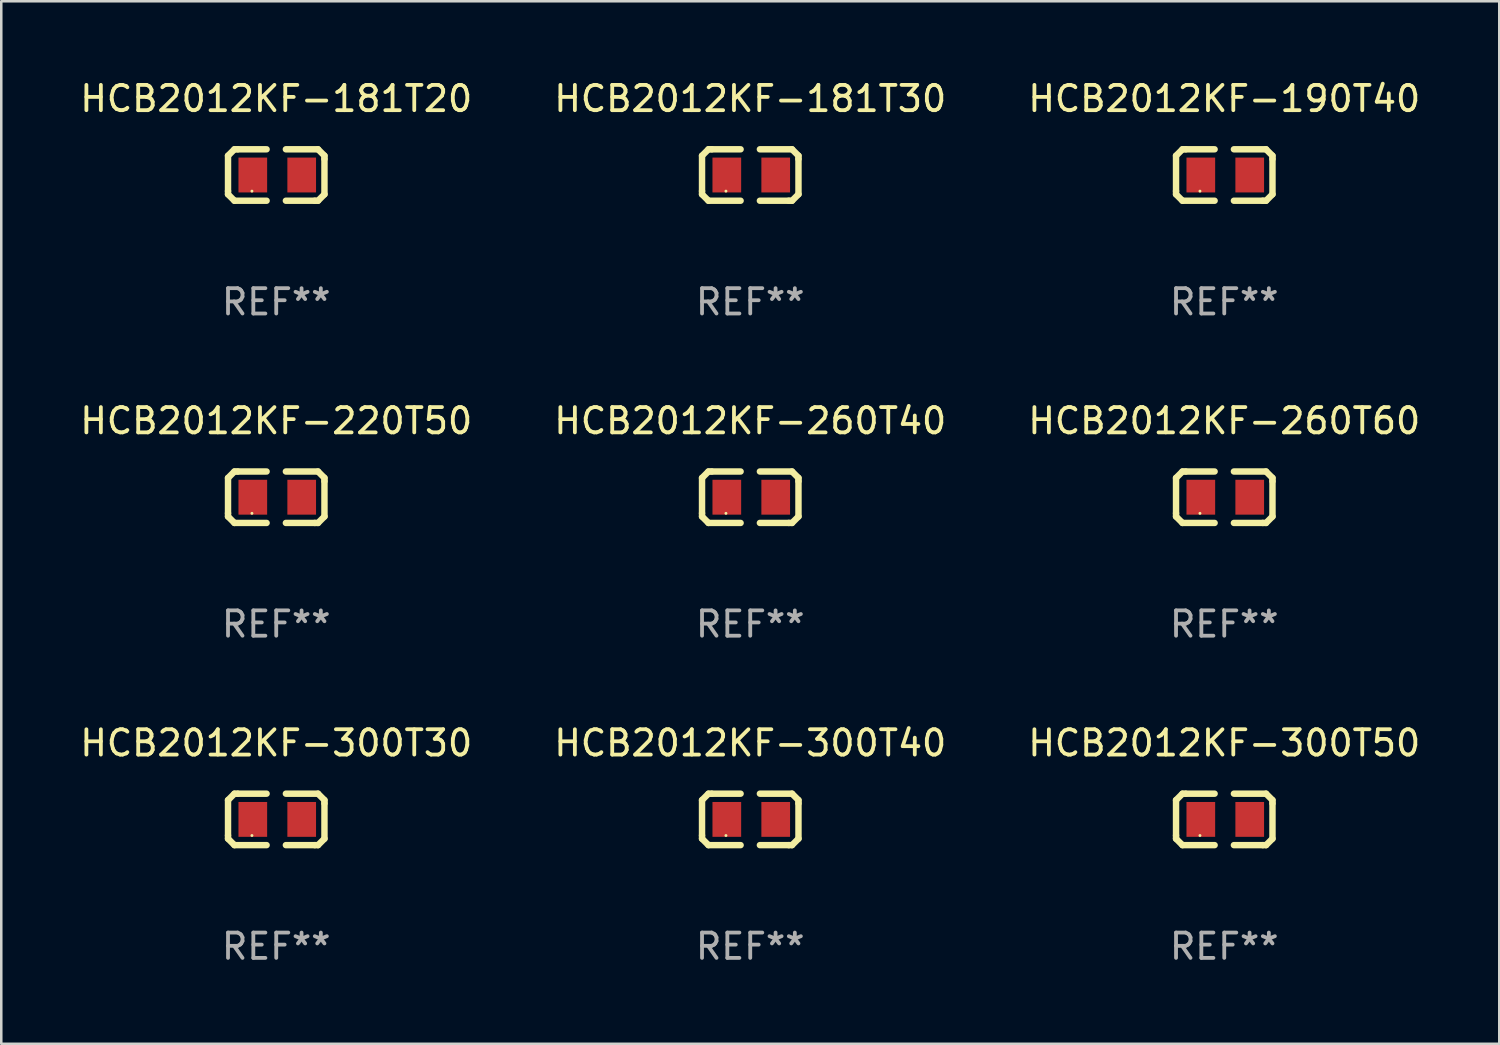
<source format=kicad_pcb>
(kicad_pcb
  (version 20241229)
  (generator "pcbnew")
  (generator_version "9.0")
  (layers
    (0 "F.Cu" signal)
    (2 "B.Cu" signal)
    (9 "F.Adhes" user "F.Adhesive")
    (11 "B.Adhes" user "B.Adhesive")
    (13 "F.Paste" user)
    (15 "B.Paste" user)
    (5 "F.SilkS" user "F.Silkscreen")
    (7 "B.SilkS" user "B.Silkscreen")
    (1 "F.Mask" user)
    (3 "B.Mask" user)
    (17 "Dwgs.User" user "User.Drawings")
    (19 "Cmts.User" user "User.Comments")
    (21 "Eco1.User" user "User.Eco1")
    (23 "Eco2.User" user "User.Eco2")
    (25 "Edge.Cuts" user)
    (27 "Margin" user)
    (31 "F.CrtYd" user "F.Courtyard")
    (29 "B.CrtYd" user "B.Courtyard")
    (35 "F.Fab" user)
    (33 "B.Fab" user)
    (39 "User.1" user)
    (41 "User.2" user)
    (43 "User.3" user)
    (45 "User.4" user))
  (footprint "HCB2012KF-260T40"
    (layer "F.Cu")
    (at 26.589 16.593)
    (property "Reference" "HCB2012KF-260T40" (at 0 -3.016 0) (layer "F.SilkS") (effects (font (size 1 1) (thickness 0.15))))
    (attr through_hole)
    (fp_line (start -1.905 -0.762) (end -1.905 0.635) (stroke (width 0.254) (type solid)) (layer "F.SilkS"))
    (fp_line (start -1.905 0.635) (end -1.905 0.762) (stroke (width 0.254) (type solid)) (layer "F.SilkS"))
    (fp_line (start -1.905 0.762) (end -1.651 1.016) (stroke (width 0.254) (type solid)) (layer "F.SilkS"))
    (fp_line (start -1.651 -1.016) (end -1.905 -0.762) (stroke (width 0.254) (type solid)) (layer "F.SilkS"))
    (fp_line (start -1.651 1.016) (end -0.381 1.016) (stroke (width 0.254) (type solid)) (layer "F.SilkS"))
    (fp_line (start -1.524 -1.016) (end -1.651 -1.016) (stroke (width 0.254) (type solid)) (layer "F.SilkS"))
    (fp_line (start -0.381 -1.016) (end -1.524 -1.016) (stroke (width 0.254) (type solid)) (layer "F.SilkS"))
    (fp_line (start 0.381 1.016) (end 1.524 1.016) (stroke (width 0.254) (type solid)) (layer "F.SilkS"))
    (fp_line (start 1.524 1.016) (end 1.651 1.016) (stroke (width 0.254) (type solid)) (layer "F.SilkS"))
    (fp_line (start 1.651 -1.016) (end 0.381 -1.016) (stroke (width 0.254) (type solid)) (layer "F.SilkS"))
    (fp_line (start 1.651 1.016) (end 1.905 0.762) (stroke (width 0.254) (type solid)) (layer "F.SilkS"))
    (fp_line (start 1.905 -0.762) (end 1.651 -1.016) (stroke (width 0.254) (type solid)) (layer "F.SilkS"))
    (fp_line (start 1.905 -0.635) (end 1.905 -0.762) (stroke (width 0.254) (type solid)) (layer "F.SilkS"))
    (fp_line (start 1.905 0.762) (end 1.905 -0.635) (stroke (width 0.254) (type solid)) (layer "F.SilkS"))
    (fp_circle (center -0.96 0.637) (end -0.93 0.637) (stroke (width 0.06) (type solid)) (fill no) (layer "F.SilkS"))
    (fp_text user "REF**" (at 0 5.016 0) (layer "F.Fab") (effects (font (size 1 1) (thickness 0.15))))
    (pad "1" smd rect (at -0.926 -0.000051) (size 1.133 1.377) (layers "F.Cu" "F.Mask" "F.Paste"))
    (pad "2" smd rect (at 1.006 -0.000051) (size 1.133 1.377) (layers "F.Cu" "F.Mask" "F.Paste")))
  (footprint "HCB2012KF-190T40"
    (layer "F.Cu")
    (at 45.315 3.864)
    (property "Reference" "HCB2012KF-190T40" (at 0 -3.016 0) (layer "F.SilkS") (effects (font (size 1 1) (thickness 0.15))))
    (attr through_hole)
    (fp_line (start -1.905 -0.762) (end -1.905 0.635) (stroke (width 0.254) (type solid)) (layer "F.SilkS"))
    (fp_line (start -1.905 0.635) (end -1.905 0.762) (stroke (width 0.254) (type solid)) (layer "F.SilkS"))
    (fp_line (start -1.905 0.762) (end -1.651 1.016) (stroke (width 0.254) (type solid)) (layer "F.SilkS"))
    (fp_line (start -1.651 -1.016) (end -1.905 -0.762) (stroke (width 0.254) (type solid)) (layer "F.SilkS"))
    (fp_line (start -1.651 1.016) (end -0.381 1.016) (stroke (width 0.254) (type solid)) (layer "F.SilkS"))
    (fp_line (start -1.524 -1.016) (end -1.651 -1.016) (stroke (width 0.254) (type solid)) (layer "F.SilkS"))
    (fp_line (start -0.381 -1.016) (end -1.524 -1.016) (stroke (width 0.254) (type solid)) (layer "F.SilkS"))
    (fp_line (start 0.381 1.016) (end 1.524 1.016) (stroke (width 0.254) (type solid)) (layer "F.SilkS"))
    (fp_line (start 1.524 1.016) (end 1.651 1.016) (stroke (width 0.254) (type solid)) (layer "F.SilkS"))
    (fp_line (start 1.651 -1.016) (end 0.381 -1.016) (stroke (width 0.254) (type solid)) (layer "F.SilkS"))
    (fp_line (start 1.651 1.016) (end 1.905 0.762) (stroke (width 0.254) (type solid)) (layer "F.SilkS"))
    (fp_line (start 1.905 -0.762) (end 1.651 -1.016) (stroke (width 0.254) (type solid)) (layer "F.SilkS"))
    (fp_line (start 1.905 -0.635) (end 1.905 -0.762) (stroke (width 0.254) (type solid)) (layer "F.SilkS"))
    (fp_line (start 1.905 0.762) (end 1.905 -0.635) (stroke (width 0.254) (type solid)) (layer "F.SilkS"))
    (fp_circle (center -0.96 0.637) (end -0.93 0.637) (stroke (width 0.06) (type solid)) (fill no) (layer "F.SilkS"))
    (fp_text user "REF**" (at 0 5.016 0) (layer "F.Fab") (effects (font (size 1 1) (thickness 0.15))))
    (pad "1" smd rect (at -0.926 -0.000051) (size 1.133 1.377) (layers "F.Cu" "F.Mask" "F.Paste"))
    (pad "2" smd rect (at 1.006 -0.000051) (size 1.133 1.377) (layers "F.Cu" "F.Mask" "F.Paste")))
  (footprint "HCB2012KF-300T30"
    (layer "F.Cu")
    (at 7.863 29.321)
    (property "Reference" "HCB2012KF-300T30" (at 0 -3.016 0) (layer "F.SilkS") (effects (font (size 1 1) (thickness 0.15))))
    (attr through_hole)
    (fp_line (start -1.905 -0.762) (end -1.905 0.635) (stroke (width 0.254) (type solid)) (layer "F.SilkS"))
    (fp_line (start -1.905 0.635) (end -1.905 0.762) (stroke (width 0.254) (type solid)) (layer "F.SilkS"))
    (fp_line (start -1.905 0.762) (end -1.651 1.016) (stroke (width 0.254) (type solid)) (layer "F.SilkS"))
    (fp_line (start -1.651 -1.016) (end -1.905 -0.762) (stroke (width 0.254) (type solid)) (layer "F.SilkS"))
    (fp_line (start -1.651 1.016) (end -0.381 1.016) (stroke (width 0.254) (type solid)) (layer "F.SilkS"))
    (fp_line (start -1.524 -1.016) (end -1.651 -1.016) (stroke (width 0.254) (type solid)) (layer "F.SilkS"))
    (fp_line (start -0.381 -1.016) (end -1.524 -1.016) (stroke (width 0.254) (type solid)) (layer "F.SilkS"))
    (fp_line (start 0.381 1.016) (end 1.524 1.016) (stroke (width 0.254) (type solid)) (layer "F.SilkS"))
    (fp_line (start 1.524 1.016) (end 1.651 1.016) (stroke (width 0.254) (type solid)) (layer "F.SilkS"))
    (fp_line (start 1.651 -1.016) (end 0.381 -1.016) (stroke (width 0.254) (type solid)) (layer "F.SilkS"))
    (fp_line (start 1.651 1.016) (end 1.905 0.762) (stroke (width 0.254) (type solid)) (layer "F.SilkS"))
    (fp_line (start 1.905 -0.762) (end 1.651 -1.016) (stroke (width 0.254) (type solid)) (layer "F.SilkS"))
    (fp_line (start 1.905 -0.635) (end 1.905 -0.762) (stroke (width 0.254) (type solid)) (layer "F.SilkS"))
    (fp_line (start 1.905 0.762) (end 1.905 -0.635) (stroke (width 0.254) (type solid)) (layer "F.SilkS"))
    (fp_circle (center -0.96 0.637) (end -0.93 0.637) (stroke (width 0.06) (type solid)) (fill no) (layer "F.SilkS"))
    (fp_text user "REF**" (at 0 5.016 0) (layer "F.Fab") (effects (font (size 1 1) (thickness 0.15))))
    (pad "1" smd rect (at -0.926 -0.000051) (size 1.133 1.377) (layers "F.Cu" "F.Mask" "F.Paste"))
    (pad "2" smd rect (at 1.006 -0.000051) (size 1.133 1.377) (layers "F.Cu" "F.Mask" "F.Paste")))
  (footprint "HCB2012KF-300T50"
    (layer "F.Cu")
    (at 45.315 29.321)
    (property "Reference" "HCB2012KF-300T50" (at 0 -3.016 0) (layer "F.SilkS") (effects (font (size 1 1) (thickness 0.15))))
    (attr through_hole)
    (fp_line (start -1.905 -0.762) (end -1.905 0.635) (stroke (width 0.254) (type solid)) (layer "F.SilkS"))
    (fp_line (start -1.905 0.635) (end -1.905 0.762) (stroke (width 0.254) (type solid)) (layer "F.SilkS"))
    (fp_line (start -1.905 0.762) (end -1.651 1.016) (stroke (width 0.254) (type solid)) (layer "F.SilkS"))
    (fp_line (start -1.651 -1.016) (end -1.905 -0.762) (stroke (width 0.254) (type solid)) (layer "F.SilkS"))
    (fp_line (start -1.651 1.016) (end -0.381 1.016) (stroke (width 0.254) (type solid)) (layer "F.SilkS"))
    (fp_line (start -1.524 -1.016) (end -1.651 -1.016) (stroke (width 0.254) (type solid)) (layer "F.SilkS"))
    (fp_line (start -0.381 -1.016) (end -1.524 -1.016) (stroke (width 0.254) (type solid)) (layer "F.SilkS"))
    (fp_line (start 0.381 1.016) (end 1.524 1.016) (stroke (width 0.254) (type solid)) (layer "F.SilkS"))
    (fp_line (start 1.524 1.016) (end 1.651 1.016) (stroke (width 0.254) (type solid)) (layer "F.SilkS"))
    (fp_line (start 1.651 -1.016) (end 0.381 -1.016) (stroke (width 0.254) (type solid)) (layer "F.SilkS"))
    (fp_line (start 1.651 1.016) (end 1.905 0.762) (stroke (width 0.254) (type solid)) (layer "F.SilkS"))
    (fp_line (start 1.905 -0.762) (end 1.651 -1.016) (stroke (width 0.254) (type solid)) (layer "F.SilkS"))
    (fp_line (start 1.905 -0.635) (end 1.905 -0.762) (stroke (width 0.254) (type solid)) (layer "F.SilkS"))
    (fp_line (start 1.905 0.762) (end 1.905 -0.635) (stroke (width 0.254) (type solid)) (layer "F.SilkS"))
    (fp_circle (center -0.96 0.637) (end -0.93 0.637) (stroke (width 0.06) (type solid)) (fill no) (layer "F.SilkS"))
    (fp_text user "REF**" (at 0 5.016 0) (layer "F.Fab") (effects (font (size 1 1) (thickness 0.15))))
    (pad "1" smd rect (at -0.926 -0.000051) (size 1.133 1.377) (layers "F.Cu" "F.Mask" "F.Paste"))
    (pad "2" smd rect (at 1.006 -0.000051) (size 1.133 1.377) (layers "F.Cu" "F.Mask" "F.Paste")))
  (footprint "HCB2012KF-260T60"
    (layer "F.Cu")
    (at 45.315 16.593)
    (property "Reference" "HCB2012KF-260T60" (at 0 -3.016 0) (layer "F.SilkS") (effects (font (size 1 1) (thickness 0.15))))
    (attr through_hole)
    (fp_line (start -1.905 -0.762) (end -1.905 0.635) (stroke (width 0.254) (type solid)) (layer "F.SilkS"))
    (fp_line (start -1.905 0.635) (end -1.905 0.762) (stroke (width 0.254) (type solid)) (layer "F.SilkS"))
    (fp_line (start -1.905 0.762) (end -1.651 1.016) (stroke (width 0.254) (type solid)) (layer "F.SilkS"))
    (fp_line (start -1.651 -1.016) (end -1.905 -0.762) (stroke (width 0.254) (type solid)) (layer "F.SilkS"))
    (fp_line (start -1.651 1.016) (end -0.381 1.016) (stroke (width 0.254) (type solid)) (layer "F.SilkS"))
    (fp_line (start -1.524 -1.016) (end -1.651 -1.016) (stroke (width 0.254) (type solid)) (layer "F.SilkS"))
    (fp_line (start -0.381 -1.016) (end -1.524 -1.016) (stroke (width 0.254) (type solid)) (layer "F.SilkS"))
    (fp_line (start 0.381 1.016) (end 1.524 1.016) (stroke (width 0.254) (type solid)) (layer "F.SilkS"))
    (fp_line (start 1.524 1.016) (end 1.651 1.016) (stroke (width 0.254) (type solid)) (layer "F.SilkS"))
    (fp_line (start 1.651 -1.016) (end 0.381 -1.016) (stroke (width 0.254) (type solid)) (layer "F.SilkS"))
    (fp_line (start 1.651 1.016) (end 1.905 0.762) (stroke (width 0.254) (type solid)) (layer "F.SilkS"))
    (fp_line (start 1.905 -0.762) (end 1.651 -1.016) (stroke (width 0.254) (type solid)) (layer "F.SilkS"))
    (fp_line (start 1.905 -0.635) (end 1.905 -0.762) (stroke (width 0.254) (type solid)) (layer "F.SilkS"))
    (fp_line (start 1.905 0.762) (end 1.905 -0.635) (stroke (width 0.254) (type solid)) (layer "F.SilkS"))
    (fp_circle (center -0.96 0.637) (end -0.93 0.637) (stroke (width 0.06) (type solid)) (fill no) (layer "F.SilkS"))
    (fp_text user "REF**" (at 0 5.016 0) (layer "F.Fab") (effects (font (size 1 1) (thickness 0.15))))
    (pad "1" smd rect (at -0.926 -0.000051) (size 1.133 1.377) (layers "F.Cu" "F.Mask" "F.Paste"))
    (pad "2" smd rect (at 1.006 -0.000051) (size 1.133 1.377) (layers "F.Cu" "F.Mask" "F.Paste")))
  (footprint "HCB2012KF-220T50"
    (layer "F.Cu")
    (at 7.863 16.593)
    (property "Reference" "HCB2012KF-220T50" (at 0 -3.016 0) (layer "F.SilkS") (effects (font (size 1 1) (thickness 0.15))))
    (attr through_hole)
    (fp_line (start -1.905 -0.762) (end -1.905 0.635) (stroke (width 0.254) (type solid)) (layer "F.SilkS"))
    (fp_line (start -1.905 0.635) (end -1.905 0.762) (stroke (width 0.254) (type solid)) (layer "F.SilkS"))
    (fp_line (start -1.905 0.762) (end -1.651 1.016) (stroke (width 0.254) (type solid)) (layer "F.SilkS"))
    (fp_line (start -1.651 -1.016) (end -1.905 -0.762) (stroke (width 0.254) (type solid)) (layer "F.SilkS"))
    (fp_line (start -1.651 1.016) (end -0.381 1.016) (stroke (width 0.254) (type solid)) (layer "F.SilkS"))
    (fp_line (start -1.524 -1.016) (end -1.651 -1.016) (stroke (width 0.254) (type solid)) (layer "F.SilkS"))
    (fp_line (start -0.381 -1.016) (end -1.524 -1.016) (stroke (width 0.254) (type solid)) (layer "F.SilkS"))
    (fp_line (start 0.381 1.016) (end 1.524 1.016) (stroke (width 0.254) (type solid)) (layer "F.SilkS"))
    (fp_line (start 1.524 1.016) (end 1.651 1.016) (stroke (width 0.254) (type solid)) (layer "F.SilkS"))
    (fp_line (start 1.651 -1.016) (end 0.381 -1.016) (stroke (width 0.254) (type solid)) (layer "F.SilkS"))
    (fp_line (start 1.651 1.016) (end 1.905 0.762) (stroke (width 0.254) (type solid)) (layer "F.SilkS"))
    (fp_line (start 1.905 -0.762) (end 1.651 -1.016) (stroke (width 0.254) (type solid)) (layer "F.SilkS"))
    (fp_line (start 1.905 -0.635) (end 1.905 -0.762) (stroke (width 0.254) (type solid)) (layer "F.SilkS"))
    (fp_line (start 1.905 0.762) (end 1.905 -0.635) (stroke (width 0.254) (type solid)) (layer "F.SilkS"))
    (fp_circle (center -0.96 0.637) (end -0.93 0.637) (stroke (width 0.06) (type solid)) (fill no) (layer "F.SilkS"))
    (fp_text user "REF**" (at 0 5.016 0) (layer "F.Fab") (effects (font (size 1 1) (thickness 0.15))))
    (pad "1" smd rect (at -0.926 -0.000051) (size 1.133 1.377) (layers "F.Cu" "F.Mask" "F.Paste"))
    (pad "2" smd rect (at 1.006 -0.000051) (size 1.133 1.377) (layers "F.Cu" "F.Mask" "F.Paste")))
  (footprint "HCB2012KF-181T30"
    (layer "F.Cu")
    (at 26.589 3.864)
    (property "Reference" "HCB2012KF-181T30" (at 0 -3.016 0) (layer "F.SilkS") (effects (font (size 1 1) (thickness 0.15))))
    (attr through_hole)
    (fp_line (start -1.905 -0.762) (end -1.905 0.635) (stroke (width 0.254) (type solid)) (layer "F.SilkS"))
    (fp_line (start -1.905 0.635) (end -1.905 0.762) (stroke (width 0.254) (type solid)) (layer "F.SilkS"))
    (fp_line (start -1.905 0.762) (end -1.651 1.016) (stroke (width 0.254) (type solid)) (layer "F.SilkS"))
    (fp_line (start -1.651 -1.016) (end -1.905 -0.762) (stroke (width 0.254) (type solid)) (layer "F.SilkS"))
    (fp_line (start -1.651 1.016) (end -0.381 1.016) (stroke (width 0.254) (type solid)) (layer "F.SilkS"))
    (fp_line (start -1.524 -1.016) (end -1.651 -1.016) (stroke (width 0.254) (type solid)) (layer "F.SilkS"))
    (fp_line (start -0.381 -1.016) (end -1.524 -1.016) (stroke (width 0.254) (type solid)) (layer "F.SilkS"))
    (fp_line (start 0.381 1.016) (end 1.524 1.016) (stroke (width 0.254) (type solid)) (layer "F.SilkS"))
    (fp_line (start 1.524 1.016) (end 1.651 1.016) (stroke (width 0.254) (type solid)) (layer "F.SilkS"))
    (fp_line (start 1.651 -1.016) (end 0.381 -1.016) (stroke (width 0.254) (type solid)) (layer "F.SilkS"))
    (fp_line (start 1.651 1.016) (end 1.905 0.762) (stroke (width 0.254) (type solid)) (layer "F.SilkS"))
    (fp_line (start 1.905 -0.762) (end 1.651 -1.016) (stroke (width 0.254) (type solid)) (layer "F.SilkS"))
    (fp_line (start 1.905 -0.635) (end 1.905 -0.762) (stroke (width 0.254) (type solid)) (layer "F.SilkS"))
    (fp_line (start 1.905 0.762) (end 1.905 -0.635) (stroke (width 0.254) (type solid)) (layer "F.SilkS"))
    (fp_circle (center -0.96 0.637) (end -0.93 0.637) (stroke (width 0.06) (type solid)) (fill no) (layer "F.SilkS"))
    (fp_text user "REF**" (at 0 5.016 0) (layer "F.Fab") (effects (font (size 1 1) (thickness 0.15))))
    (pad "1" smd rect (at -0.926 -0.000051) (size 1.133 1.377) (layers "F.Cu" "F.Mask" "F.Paste"))
    (pad "2" smd rect (at 1.006 -0.000051) (size 1.133 1.377) (layers "F.Cu" "F.Mask" "F.Paste")))
  (footprint "HCB2012KF-181T20"
    (layer "F.Cu")
    (at 7.863 3.864)
    (property "Reference" "HCB2012KF-181T20" (at 0 -3.016 0) (layer "F.SilkS") (effects (font (size 1 1) (thickness 0.15))))
    (attr through_hole)
    (fp_line (start -1.905 -0.762) (end -1.905 0.635) (stroke (width 0.254) (type solid)) (layer "F.SilkS"))
    (fp_line (start -1.905 0.635) (end -1.905 0.762) (stroke (width 0.254) (type solid)) (layer "F.SilkS"))
    (fp_line (start -1.905 0.762) (end -1.651 1.016) (stroke (width 0.254) (type solid)) (layer "F.SilkS"))
    (fp_line (start -1.651 -1.016) (end -1.905 -0.762) (stroke (width 0.254) (type solid)) (layer "F.SilkS"))
    (fp_line (start -1.651 1.016) (end -0.381 1.016) (stroke (width 0.254) (type solid)) (layer "F.SilkS"))
    (fp_line (start -1.524 -1.016) (end -1.651 -1.016) (stroke (width 0.254) (type solid)) (layer "F.SilkS"))
    (fp_line (start -0.381 -1.016) (end -1.524 -1.016) (stroke (width 0.254) (type solid)) (layer "F.SilkS"))
    (fp_line (start 0.381 1.016) (end 1.524 1.016) (stroke (width 0.254) (type solid)) (layer "F.SilkS"))
    (fp_line (start 1.524 1.016) (end 1.651 1.016) (stroke (width 0.254) (type solid)) (layer "F.SilkS"))
    (fp_line (start 1.651 -1.016) (end 0.381 -1.016) (stroke (width 0.254) (type solid)) (layer "F.SilkS"))
    (fp_line (start 1.651 1.016) (end 1.905 0.762) (stroke (width 0.254) (type solid)) (layer "F.SilkS"))
    (fp_line (start 1.905 -0.762) (end 1.651 -1.016) (stroke (width 0.254) (type solid)) (layer "F.SilkS"))
    (fp_line (start 1.905 -0.635) (end 1.905 -0.762) (stroke (width 0.254) (type solid)) (layer "F.SilkS"))
    (fp_line (start 1.905 0.762) (end 1.905 -0.635) (stroke (width 0.254) (type solid)) (layer "F.SilkS"))
    (fp_circle (center -0.96 0.637) (end -0.93 0.637) (stroke (width 0.06) (type solid)) (fill no) (layer "F.SilkS"))
    (fp_text user "REF**" (at 0 5.016 0) (layer "F.Fab") (effects (font (size 1 1) (thickness 0.15))))
    (pad "1" smd rect (at -0.926 -0.000051) (size 1.133 1.377) (layers "F.Cu" "F.Mask" "F.Paste"))
    (pad "2" smd rect (at 1.006 -0.000051) (size 1.133 1.377) (layers "F.Cu" "F.Mask" "F.Paste")))
  (footprint "HCB2012KF-300T40"
    (layer "F.Cu")
    (at 26.589 29.321)
    (property "Reference" "HCB2012KF-300T40" (at 0 -3.016 0) (layer "F.SilkS") (effects (font (size 1 1) (thickness 0.15))))
    (attr through_hole)
    (fp_line (start -1.905 -0.762) (end -1.905 0.635) (stroke (width 0.254) (type solid)) (layer "F.SilkS"))
    (fp_line (start -1.905 0.635) (end -1.905 0.762) (stroke (width 0.254) (type solid)) (layer "F.SilkS"))
    (fp_line (start -1.905 0.762) (end -1.651 1.016) (stroke (width 0.254) (type solid)) (layer "F.SilkS"))
    (fp_line (start -1.651 -1.016) (end -1.905 -0.762) (stroke (width 0.254) (type solid)) (layer "F.SilkS"))
    (fp_line (start -1.651 1.016) (end -0.381 1.016) (stroke (width 0.254) (type solid)) (layer "F.SilkS"))
    (fp_line (start -1.524 -1.016) (end -1.651 -1.016) (stroke (width 0.254) (type solid)) (layer "F.SilkS"))
    (fp_line (start -0.381 -1.016) (end -1.524 -1.016) (stroke (width 0.254) (type solid)) (layer "F.SilkS"))
    (fp_line (start 0.381 1.016) (end 1.524 1.016) (stroke (width 0.254) (type solid)) (layer "F.SilkS"))
    (fp_line (start 1.524 1.016) (end 1.651 1.016) (stroke (width 0.254) (type solid)) (layer "F.SilkS"))
    (fp_line (start 1.651 -1.016) (end 0.381 -1.016) (stroke (width 0.254) (type solid)) (layer "F.SilkS"))
    (fp_line (start 1.651 1.016) (end 1.905 0.762) (stroke (width 0.254) (type solid)) (layer "F.SilkS"))
    (fp_line (start 1.905 -0.762) (end 1.651 -1.016) (stroke (width 0.254) (type solid)) (layer "F.SilkS"))
    (fp_line (start 1.905 -0.635) (end 1.905 -0.762) (stroke (width 0.254) (type solid)) (layer "F.SilkS"))
    (fp_line (start 1.905 0.762) (end 1.905 -0.635) (stroke (width 0.254) (type solid)) (layer "F.SilkS"))
    (fp_circle (center -0.96 0.637) (end -0.93 0.637) (stroke (width 0.06) (type solid)) (fill no) (layer "F.SilkS"))
    (fp_text user "REF**" (at 0 5.016 0) (layer "F.Fab") (effects (font (size 1 1) (thickness 0.15))))
    (pad "1" smd rect (at -0.926 -0.000051) (size 1.133 1.377) (layers "F.Cu" "F.Mask" "F.Paste"))
    (pad "2" smd rect (at 1.006 -0.000051) (size 1.133 1.377) (layers "F.Cu" "F.Mask" "F.Paste")))
  (gr_rect
    (start -3 -3)
    (end 56.179 38.186)
    (stroke (width 0.1) (type default))
    (fill no)
    (layer "Edge.Cuts")))
</source>
